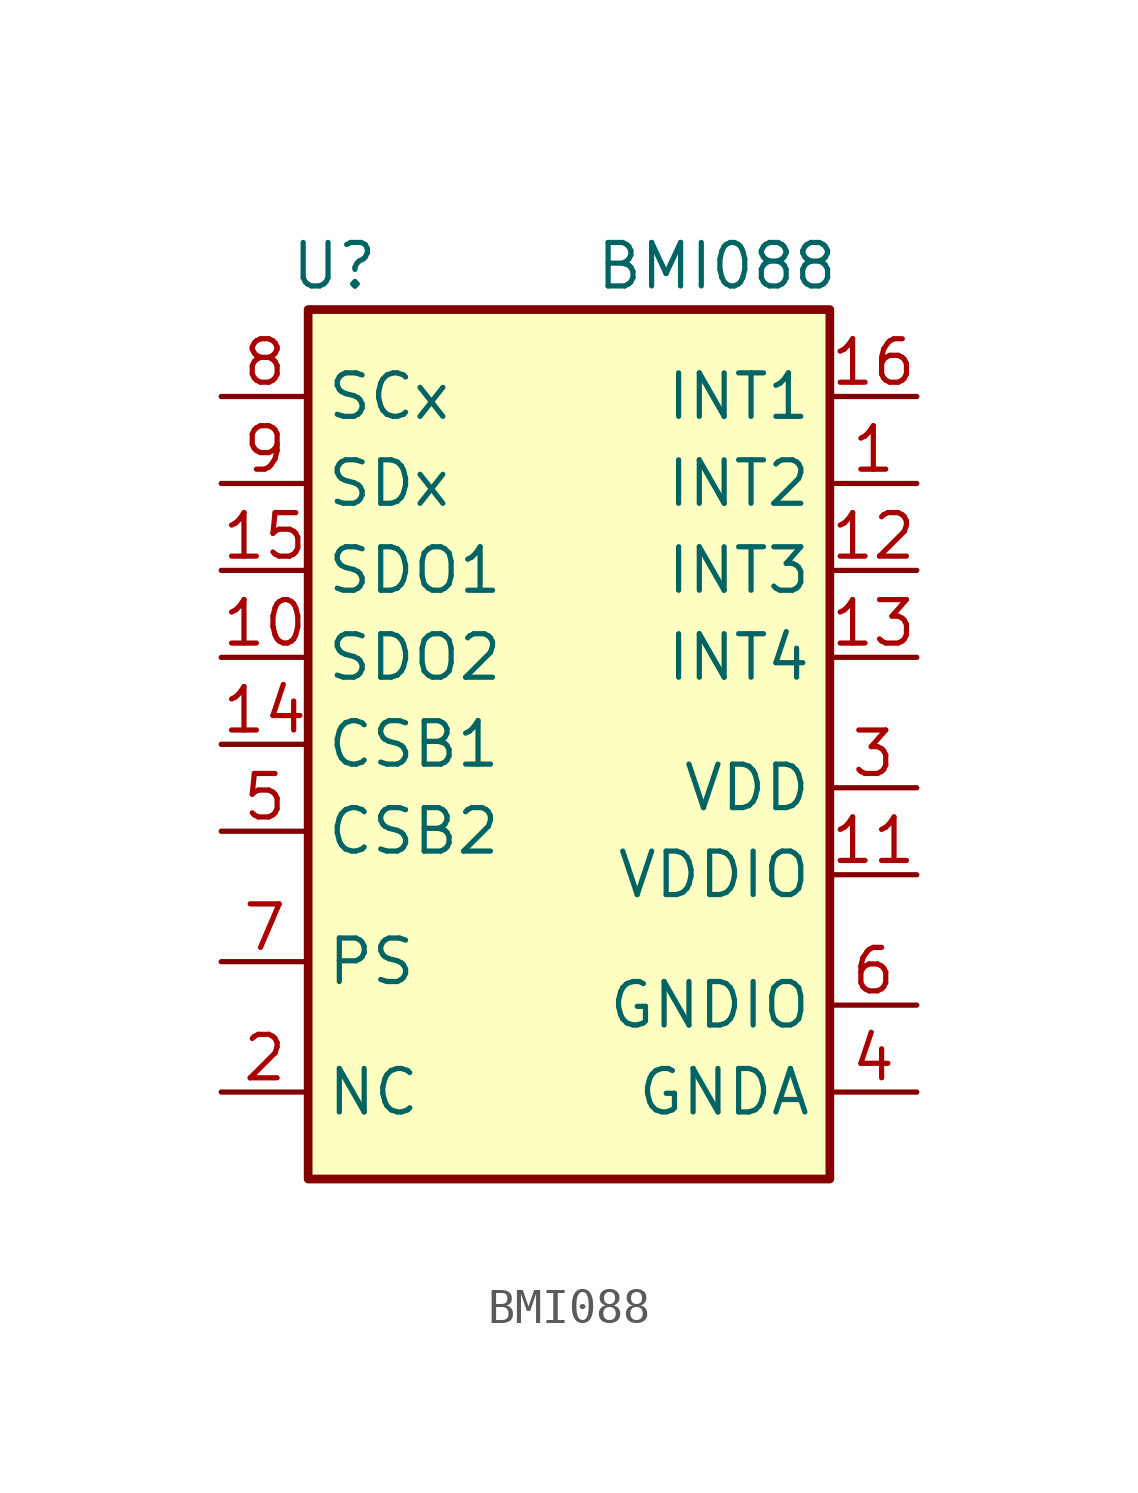
<source format=kicad_sym>
(kicad_symbol_lib
  (version 20241209)
  (generator "kicad_symbol_editor")
  (generator_version "9.0")
  (symbol "BMI088"
    (property "Reference" "U"
      (at -6.858 13.97 0)
      (effects (font (size 1.27 1.27))))
    (property "Value" "BMI088"
      (at 4.318 13.97 0)
      (effects (font (size 1.27 1.27))))
    (symbol "BMI088_1_0"
      (pin input line (at -10.16 -6.35 0) (length 2.54) (name "PS" (effects (font (size 1.27 1.27)))) (number "7" (effects (font (size 1.27 1.27)))))
      (pin free line (at -10.16 -10.16 0) (length 2.54) (name "NC" (effects (font (size 1.27 1.27)))) (number "2" (effects (font (size 1.27 1.27)))))
      (pin output line (at 10.16 10.16 180) (length 2.54) (name "INT1" (effects (font (size 1.27 1.27)))) (number "16" (effects (font (size 1.27 1.27)))))
      (pin output line (at 10.16 7.62 180) (length 2.54) (name "INT2" (effects (font (size 1.27 1.27)))) (number "1" (effects (font (size 1.27 1.27)))))
      (pin bidirectional line (at 10.16 5.08 180) (length 2.54) (name "INT3" (effects (font (size 1.27 1.27)))) (number "12" (effects (font (size 1.27 1.27)))))
      (pin bidirectional line (at 10.16 2.54 180) (length 2.54) (name "INT4" (effects (font (size 1.27 1.27)))) (number "13" (effects (font (size 1.27 1.27)))))
      (pin power_in line (at 10.16 -1.27 180) (length 2.54) (name "VDD" (effects (font (size 1.27 1.27)))) (number "3" (effects (font (size 1.27 1.27)))))
      (pin power_in line (at 10.16 -3.81 180) (length 2.54) (name "VDDIO" (effects (font (size 1.27 1.27)))) (number "11" (effects (font (size 1.27 1.27)))))
      (pin power_in line (at 10.16 -7.62 180) (length 2.54) (name "GNDIO" (effects (font (size 1.27 1.27)))) (number "6" (effects (font (size 1.27 1.27)))))
      (pin power_in line (at 10.16 -10.16 180) (length 2.54) (name "GNDA" (effects (font (size 1.27 1.27)))) (number "4" (effects (font (size 1.27 1.27))))))
    (symbol "BMI088_1_1"
      (rectangle (start -7.62 12.7) (end 7.62 -12.7) (stroke (width 0.254) (type solid)) (fill (type background)))
      (pin input line (at -10.16 10.16 0) (length 2.54) (name "SCx" (effects (font (size 1.27 1.27)))) (number "8" (effects (font (size 1.27 1.27)))))
      (pin bidirectional line (at -10.16 7.62 0) (length 2.54) (name "SDx" (effects (font (size 1.27 1.27)))) (number "9" (effects (font (size 1.27 1.27)))))
      (pin output line (at -10.16 5.08 0) (length 2.54) (name "SDO1" (effects (font (size 1.27 1.27)))) (number "15" (effects (font (size 1.27 1.27)))))
      (pin output line (at -10.16 2.54 0) (length 2.54) (name "SDO2" (effects (font (size 1.27 1.27)))) (number "10" (effects (font (size 1.27 1.27)))))
      (pin input line (at -10.16 0 0) (length 2.54) (name "CSB1" (effects (font (size 1.27 1.27)))) (number "14" (effects (font (size 1.27 1.27)))))
      (pin input line (at -10.16 -2.54 0) (length 2.54) (name "CSB2" (effects (font (size 1.27 1.27)))) (number "5" (effects (font (size 1.27 1.27))))))))
</source>
